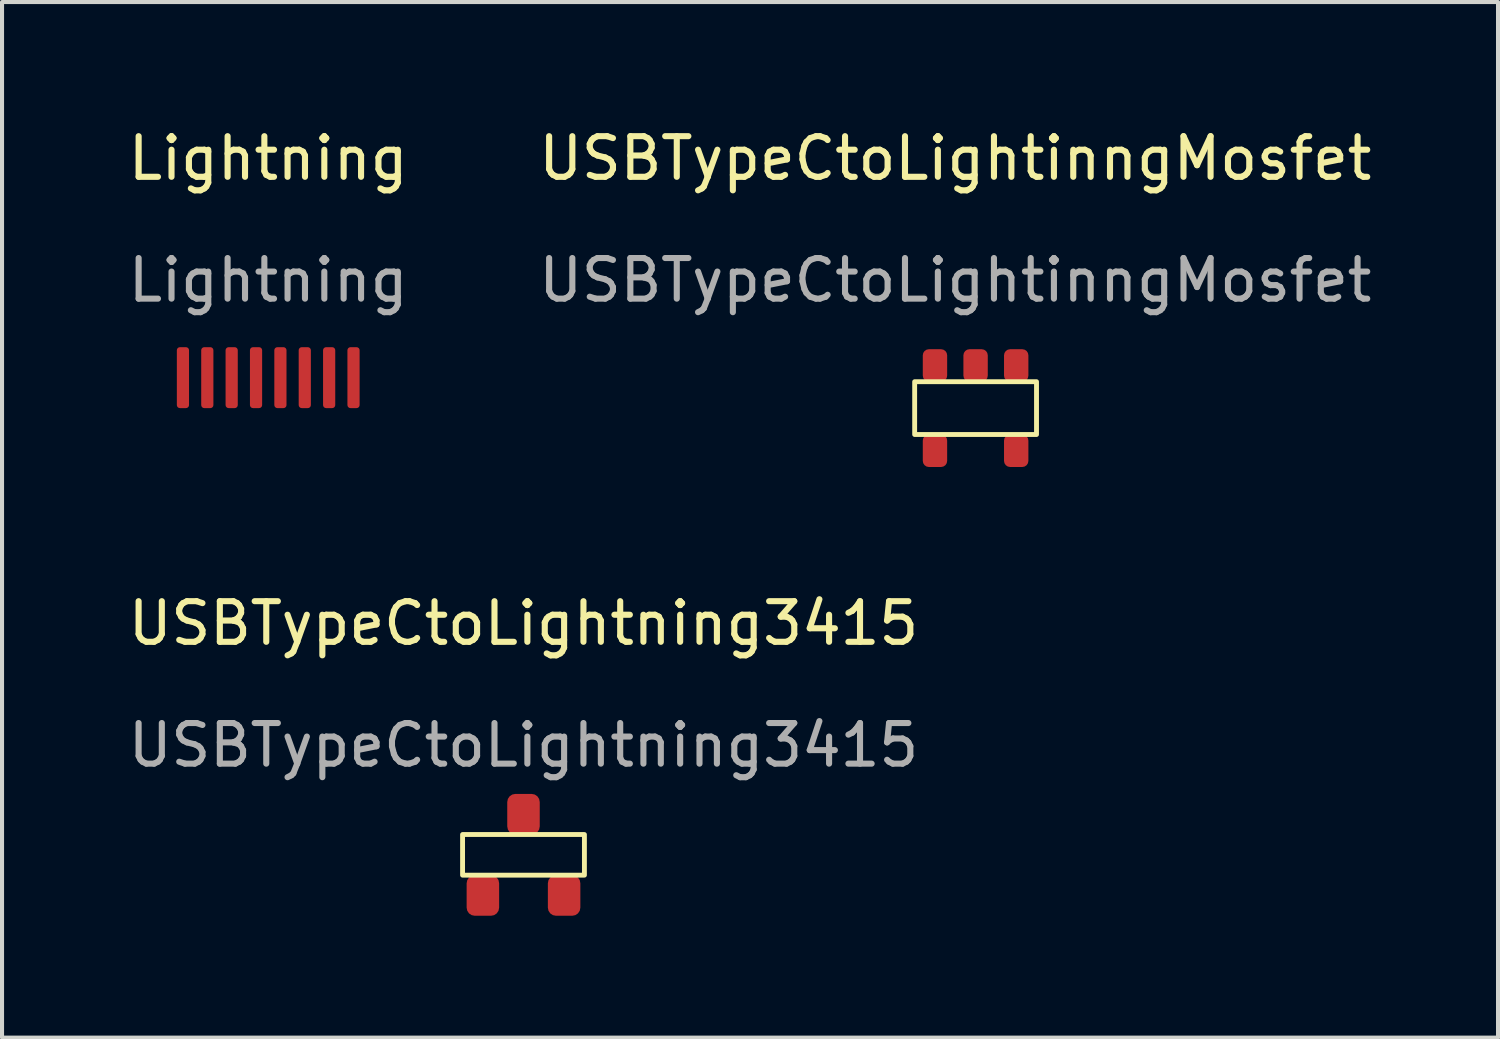
<source format=kicad_pcb>
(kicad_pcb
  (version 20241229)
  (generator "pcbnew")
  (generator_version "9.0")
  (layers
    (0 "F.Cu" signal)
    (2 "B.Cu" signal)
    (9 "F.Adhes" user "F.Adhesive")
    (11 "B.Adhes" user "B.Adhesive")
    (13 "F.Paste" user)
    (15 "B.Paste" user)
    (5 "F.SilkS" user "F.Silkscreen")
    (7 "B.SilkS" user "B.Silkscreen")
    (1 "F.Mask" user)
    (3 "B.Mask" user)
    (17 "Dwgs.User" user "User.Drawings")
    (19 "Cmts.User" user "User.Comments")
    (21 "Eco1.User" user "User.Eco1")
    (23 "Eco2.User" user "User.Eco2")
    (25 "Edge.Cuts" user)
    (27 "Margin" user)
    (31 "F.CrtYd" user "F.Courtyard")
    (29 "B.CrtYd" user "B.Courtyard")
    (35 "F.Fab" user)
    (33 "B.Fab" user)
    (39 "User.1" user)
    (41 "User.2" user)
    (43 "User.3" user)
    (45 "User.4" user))
  (footprint "USBTypeCtoLightning3415"
    (layer "F.Cu")
    (at 9.839 17.997)
    (property "Reference" "USBTypeCtoLightning3415" (at 0 -5.7 0) (unlocked yes) (layer "F.SilkS") (effects (font (size 1 1) (thickness 0.15))))
    (attr smd)
    (fp_rect (start -1.5 0.5) (end 1.5 -0.5) (stroke (width 0.12) (type solid)) (fill no) (layer "F.SilkS"))
    (fp_text user "${REFERENCE}" (at 0 -2.7 0) (unlocked yes) (layer "F.Fab") (effects (font (size 1 1) (thickness 0.15))))
    (pad "1" smd roundrect (at -1 1 180) (size 0.8 1) (layers "F.Cu" "F.Mask" "F.Paste") (roundrect_rratio 0.25))
    (pad "2" smd roundrect (at 1 1 180) (size 0.8 1) (layers "F.Cu" "F.Mask" "F.Paste") (roundrect_rratio 0.25))
    (pad "3" smd roundrect (at 0 -1 180) (size 0.8 1) (layers "F.Cu" "F.Mask" "F.Paste") (roundrect_rratio 0.25)))
  (footprint "Lightning"
    (layer "F.Cu")
    (at 3.554 1.348)
    (property "Reference" "Lightning" (at 0 -0.5 0) (unlocked yes) (layer "F.SilkS") (effects (font (size 1 1) (thickness 0.15))))
    (attr smd)
    (fp_text user "${REFERENCE}" (at 0 2.5 0) (unlocked yes) (layer "F.Fab") (effects (font (size 1 1) (thickness 0.15))))
    (pad "1" smd roundrect (at -2.1 4.9 180) (size 0.3 1.5) (layers "F.Cu" "F.Mask" "F.Paste") (roundrect_rratio 0.25))
    (pad "2" smd roundrect (at -1.5 4.9 180) (size 0.3 1.5) (layers "F.Cu" "F.Mask" "F.Paste") (roundrect_rratio 0.25))
    (pad "3" smd roundrect (at -0.9 4.9 180) (size 0.3 1.5) (layers "F.Cu" "F.Mask" "F.Paste") (roundrect_rratio 0.25))
    (pad "4" smd roundrect (at -0.3 4.9 180) (size 0.3 1.5) (layers "F.Cu" "F.Mask" "F.Paste") (roundrect_rratio 0.25))
    (pad "5" smd roundrect (at 0.3 4.9 180) (size 0.3 1.5) (layers "F.Cu" "F.Mask" "F.Paste") (roundrect_rratio 0.25))
    (pad "6" smd roundrect (at 0.9 4.9 180) (size 0.3 1.5) (layers "F.Cu" "F.Mask" "F.Paste") (roundrect_rratio 0.25))
    (pad "7" smd roundrect (at 1.5 4.9 180) (size 0.3 1.5) (layers "F.Cu" "F.Mask" "F.Paste") (roundrect_rratio 0.25))
    (pad "8" smd roundrect (at 2.1 4.9 180) (size 0.3 1.5) (layers "F.Cu" "F.Mask" "F.Paste") (roundrect_rratio 0.25)))
  (footprint "USBTypeCtoLightinngMosfet"
    (layer "F.Cu")
    (at 20.97 7.048)
    (property "Reference" "USBTypeCtoLightinngMosfet" (at -0.5 -6.2 0) (unlocked yes) (layer "F.SilkS") (effects (font (size 1 1) (thickness 0.15))))
    (attr smd)
    (fp_rect (start -1.5 -0.7) (end 1.5 0.6) (stroke (width 0.12) (type solid)) (fill no) (layer "F.SilkS"))
    (fp_text user "${REFERENCE}" (at -0.5 -3.2 0) (unlocked yes) (layer "F.Fab") (effects (font (size 1 1) (thickness 0.15))))
    (pad "1" smd roundrect (at -1 -1.1 180) (size 0.6 0.8) (layers "F.Cu" "F.Mask" "F.Paste") (roundrect_rratio 0.25))
    (pad "2" smd roundrect (at 0 -1.1 180) (size 0.6 0.8) (layers "F.Cu" "F.Mask" "F.Paste") (roundrect_rratio 0.25))
    (pad "3" smd roundrect (at 1 -1.1 180) (size 0.6 0.8) (layers "F.Cu" "F.Mask" "F.Paste") (roundrect_rratio 0.25))
    (pad "4" smd roundrect (at -1 1 180) (size 0.6 0.8) (layers "F.Cu" "F.Mask" "F.Paste") (roundrect_rratio 0.25))
    (pad "6" smd roundrect (at 1 1 180) (size 0.6 0.8) (layers "F.Cu" "F.Mask" "F.Paste") (roundrect_rratio 0.25)))
  (gr_rect
    (start -3 -3)
    (end 33.833 22.497)
    (stroke (width 0.1) (type default))
    (fill no)
    (layer "Edge.Cuts")))
</source>
